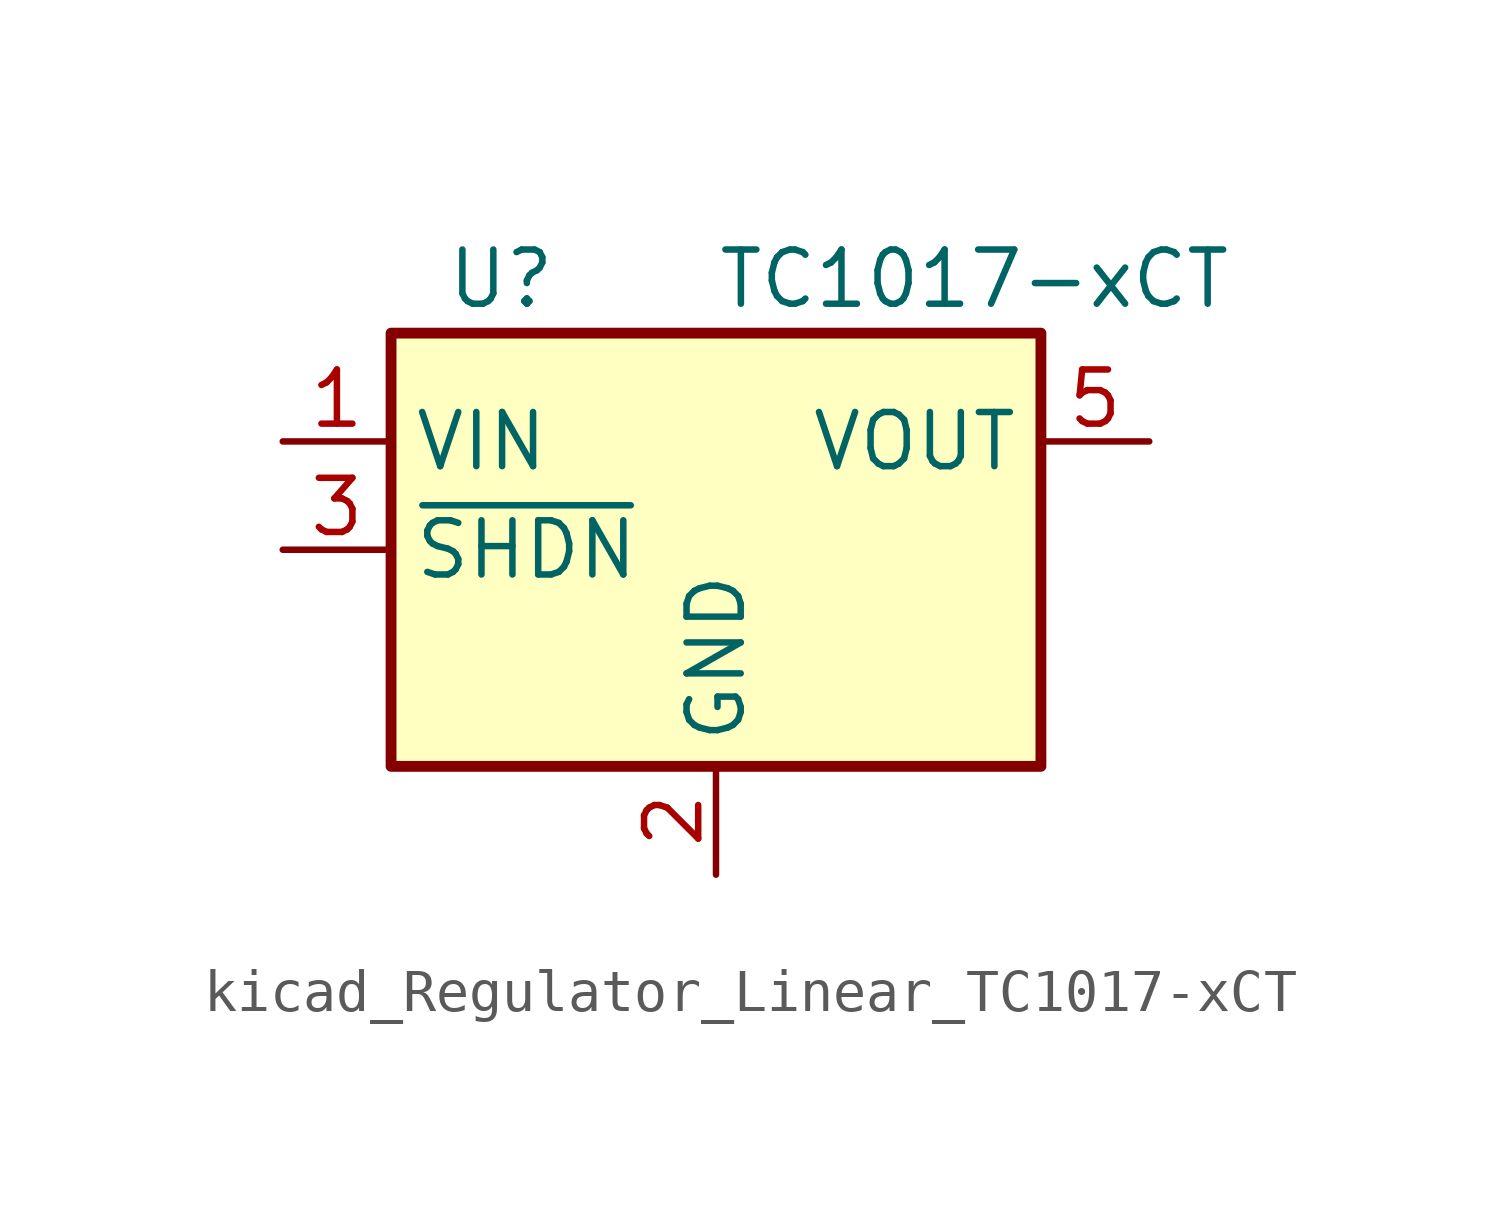
<source format=kicad_sym>
(kicad_symbol_lib
  (version 20220914)
  (generator kicad_symbol_editor)
  (symbol "kicad_Regulator_Linear_TC1017-xCT"
    (property "Reference" "U"
      (at -6.35 6.35 0)
      (effects (font (size 1.27 1.27)) (justify left)))
    (property "Value" "TC1017-xCT"
      (at 0 6.35 0)
      (effects (font (size 1.27 1.27)) (justify left)))
    (symbol "kicad_Regulator_Linear_TC1017-xCT_0_1"
      (rectangle (start -7.62 5.08) (end 7.62 -5.08) (stroke (width 0.254) (type default)) (fill (type background))))
    (symbol "kicad_Regulator_Linear_TC1017-xCT_1_1"
      (pin power_in line (at -10.16 2.54 0) (length 2.54) (name "VIN" (effects (font (size 1.27 1.27)))) (number "1" (effects (font (size 1.27 1.27)))))
      (pin power_in line (at 0 -7.62 90) (length 2.54) (name "GND" (effects (font (size 1.27 1.27)))) (number "2" (effects (font (size 1.27 1.27)))))
      (pin input line (at -10.16 0 0) (length 2.54) (name "~{SHDN}" (effects (font (size 1.27 1.27)))) (number "3" (effects (font (size 1.27 1.27)))))
      (pin no_connect line (at 7.62 0 180) (length 2.54) hide (name "NC" (effects (font (size 1.27 1.27)))) (number "4" (effects (font (size 1.27 1.27)))))
      (pin power_out line (at 10.16 2.54 180) (length 2.54) (name "VOUT" (effects (font (size 1.27 1.27)))) (number "5" (effects (font (size 1.27 1.27))))))))
</source>
